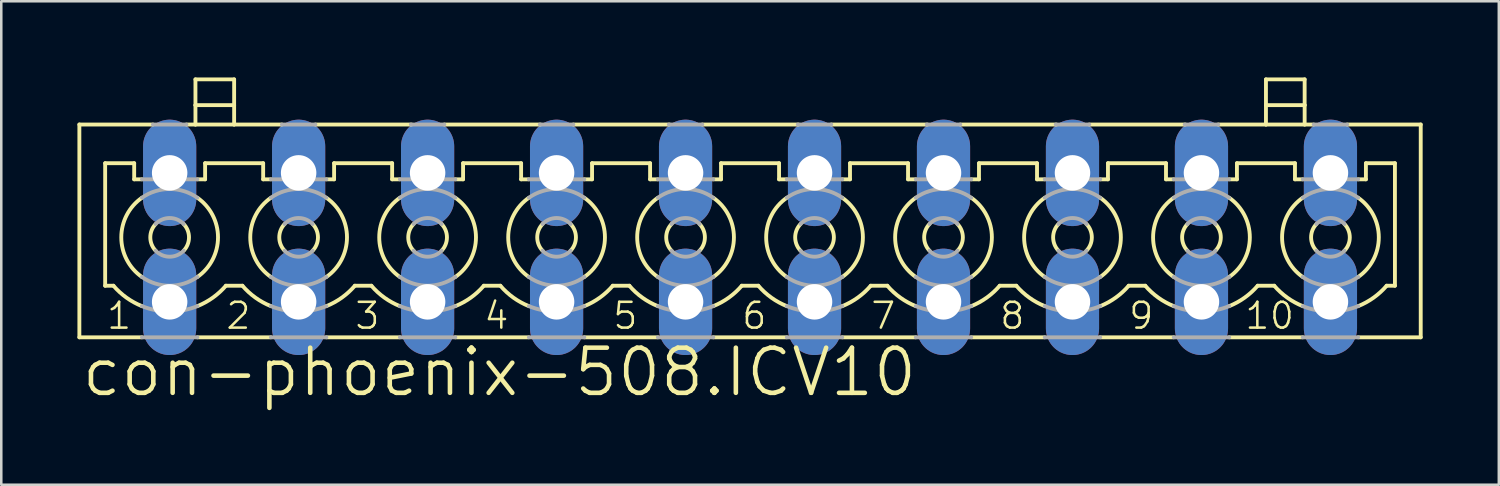
<source format=kicad_pcb>
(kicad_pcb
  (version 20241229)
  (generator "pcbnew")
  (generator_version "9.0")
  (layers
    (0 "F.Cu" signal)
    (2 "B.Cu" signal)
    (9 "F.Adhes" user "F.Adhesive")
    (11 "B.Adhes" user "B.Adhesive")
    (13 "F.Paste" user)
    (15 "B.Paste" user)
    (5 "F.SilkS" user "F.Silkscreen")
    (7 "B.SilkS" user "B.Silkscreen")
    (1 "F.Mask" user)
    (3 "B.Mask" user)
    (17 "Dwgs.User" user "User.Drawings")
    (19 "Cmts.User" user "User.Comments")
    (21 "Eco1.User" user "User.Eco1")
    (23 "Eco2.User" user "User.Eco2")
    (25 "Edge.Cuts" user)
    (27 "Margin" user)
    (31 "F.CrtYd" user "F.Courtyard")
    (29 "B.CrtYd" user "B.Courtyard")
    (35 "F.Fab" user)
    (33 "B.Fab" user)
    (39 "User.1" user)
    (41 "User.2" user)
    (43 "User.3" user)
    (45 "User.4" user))
  (footprint "con-phoenix-508.ICV10"
    (layer "F.Cu")
    (at 26.492 6.299)
    (property "Reference" "con-phoenix-508.ICV10" (at -26.416 6.35 0) (layer "F.SilkS") (effects (font (size 1.778 1.778) (thickness 0.18)) (justify left bottom)))
    (attr through_hole)
    (fp_line (start -26.416 -4.445) (end -26.416 3.937) (stroke (width 0.152) (type default)) (layer "F.SilkS"))
    (fp_line (start -26.416 -4.445) (end -23.52 -4.445) (stroke (width 0.152) (type default)) (layer "F.SilkS"))
    (fp_line (start -26.416 3.937) (end -23.952 3.937) (stroke (width 0.152) (type default)) (layer "F.SilkS"))
    (fp_line (start -25.4 -2.921) (end -25.4 1.905) (stroke (width 0.152) (type default)) (layer "F.SilkS"))
    (fp_line (start -25.4 -2.921) (end -24.257 -2.921) (stroke (width 0.152) (type default)) (layer "F.SilkS"))
    (fp_line (start -25.4 1.905) (end -25.074 1.905) (stroke (width 0.152) (type default)) (layer "F.SilkS"))
    (fp_line (start -24.257 -2.286) (end -24.257 -2.921) (stroke (width 0.152) (type default)) (layer "F.SilkS"))
    (fp_line (start -24.257 -2.286) (end -23.952 -2.286) (stroke (width 0.152) (type default)) (layer "F.SilkS"))
    (fp_line (start -22.2 -4.445) (end -21.844 -4.445) (stroke (width 0.152) (type default)) (layer "F.SilkS"))
    (fp_line (start -21.844 -5.207) (end -21.844 -6.223) (stroke (width 0.152) (type default)) (layer "F.SilkS"))
    (fp_line (start -21.844 -5.207) (end -20.32 -5.207) (stroke (width 0.152) (type default)) (layer "F.SilkS"))
    (fp_line (start -21.844 -4.445) (end -21.844 -5.207) (stroke (width 0.152) (type default)) (layer "F.SilkS"))
    (fp_line (start -21.844 -4.445) (end -20.32 -4.445) (stroke (width 0.152) (type default)) (layer "F.SilkS"))
    (fp_line (start -21.768 -2.286) (end -21.463 -2.286) (stroke (width 0.152) (type default)) (layer "F.SilkS"))
    (fp_line (start -21.768 3.937) (end -18.872 3.937) (stroke (width 0.152) (type default)) (layer "F.SilkS"))
    (fp_line (start -21.463 -2.921) (end -19.177 -2.921) (stroke (width 0.152) (type default)) (layer "F.SilkS"))
    (fp_line (start -21.463 -2.286) (end -21.463 -2.921) (stroke (width 0.152) (type default)) (layer "F.SilkS"))
    (fp_line (start -20.646 1.905) (end -19.994 1.905) (stroke (width 0.152) (type default)) (layer "F.SilkS"))
    (fp_line (start -20.32 -6.223) (end -21.844 -6.223) (stroke (width 0.152) (type default)) (layer "F.SilkS"))
    (fp_line (start -20.32 -5.207) (end -20.32 -6.223) (stroke (width 0.152) (type default)) (layer "F.SilkS"))
    (fp_line (start -20.32 -4.445) (end -20.32 -5.207) (stroke (width 0.152) (type default)) (layer "F.SilkS"))
    (fp_line (start -20.32 -4.445) (end -18.44 -4.445) (stroke (width 0.152) (type default)) (layer "F.SilkS"))
    (fp_line (start -19.177 -2.286) (end -19.177 -2.921) (stroke (width 0.152) (type default)) (layer "F.SilkS"))
    (fp_line (start -19.177 -2.286) (end -18.872 -2.286) (stroke (width 0.152) (type default)) (layer "F.SilkS"))
    (fp_line (start -17.12 -4.445) (end -13.335 -4.445) (stroke (width 0.152) (type default)) (layer "F.SilkS"))
    (fp_line (start -16.688 -2.286) (end -16.383 -2.286) (stroke (width 0.152) (type default)) (layer "F.SilkS"))
    (fp_line (start -16.688 3.937) (end -13.792 3.937) (stroke (width 0.152) (type default)) (layer "F.SilkS"))
    (fp_line (start -16.383 -2.921) (end -14.097 -2.921) (stroke (width 0.152) (type default)) (layer "F.SilkS"))
    (fp_line (start -16.383 -2.286) (end -16.383 -2.921) (stroke (width 0.152) (type default)) (layer "F.SilkS"))
    (fp_line (start -15.566 1.905) (end -14.914 1.905) (stroke (width 0.152) (type default)) (layer "F.SilkS"))
    (fp_line (start -14.097 -2.286) (end -14.097 -2.921) (stroke (width 0.152) (type default)) (layer "F.SilkS"))
    (fp_line (start -14.097 -2.286) (end -13.792 -2.286) (stroke (width 0.152) (type default)) (layer "F.SilkS"))
    (fp_line (start -12.04 -4.445) (end -8.255 -4.445) (stroke (width 0.152) (type default)) (layer "F.SilkS"))
    (fp_line (start -11.608 -2.286) (end -11.303 -2.286) (stroke (width 0.152) (type default)) (layer "F.SilkS"))
    (fp_line (start -11.608 3.937) (end -8.712 3.937) (stroke (width 0.152) (type default)) (layer "F.SilkS"))
    (fp_line (start -11.303 -2.921) (end -9.017 -2.921) (stroke (width 0.152) (type default)) (layer "F.SilkS"))
    (fp_line (start -11.303 -2.286) (end -11.303 -2.921) (stroke (width 0.152) (type default)) (layer "F.SilkS"))
    (fp_line (start -10.486 1.905) (end -9.834 1.905) (stroke (width 0.152) (type default)) (layer "F.SilkS"))
    (fp_line (start -9.017 -2.286) (end -9.017 -2.921) (stroke (width 0.152) (type default)) (layer "F.SilkS"))
    (fp_line (start -9.017 -2.286) (end -8.712 -2.286) (stroke (width 0.152) (type default)) (layer "F.SilkS"))
    (fp_line (start -6.96 -4.445) (end -3.175 -4.445) (stroke (width 0.152) (type default)) (layer "F.SilkS"))
    (fp_line (start -6.528 -2.286) (end -6.223 -2.286) (stroke (width 0.152) (type default)) (layer "F.SilkS"))
    (fp_line (start -6.528 3.937) (end -3.632 3.937) (stroke (width 0.152) (type default)) (layer "F.SilkS"))
    (fp_line (start -6.223 -2.921) (end -3.937 -2.921) (stroke (width 0.152) (type default)) (layer "F.SilkS"))
    (fp_line (start -6.223 -2.286) (end -6.223 -2.921) (stroke (width 0.152) (type default)) (layer "F.SilkS"))
    (fp_line (start -5.406 1.905) (end -4.754 1.905) (stroke (width 0.152) (type default)) (layer "F.SilkS"))
    (fp_line (start -3.937 -2.286) (end -3.937 -2.921) (stroke (width 0.152) (type default)) (layer "F.SilkS"))
    (fp_line (start -3.937 -2.286) (end -3.632 -2.286) (stroke (width 0.152) (type default)) (layer "F.SilkS"))
    (fp_line (start -1.88 -4.445) (end 1.905 -4.445) (stroke (width 0.152) (type default)) (layer "F.SilkS"))
    (fp_line (start -1.448 -2.286) (end -1.143 -2.286) (stroke (width 0.152) (type default)) (layer "F.SilkS"))
    (fp_line (start -1.448 3.937) (end 1.448 3.937) (stroke (width 0.152) (type default)) (layer "F.SilkS"))
    (fp_line (start -1.143 -2.921) (end 1.143 -2.921) (stroke (width 0.152) (type default)) (layer "F.SilkS"))
    (fp_line (start -1.143 -2.286) (end -1.143 -2.921) (stroke (width 0.152) (type default)) (layer "F.SilkS"))
    (fp_line (start -0.326 1.905) (end 0.326 1.905) (stroke (width 0.152) (type default)) (layer "F.SilkS"))
    (fp_line (start 1.143 -2.286) (end 1.143 -2.921) (stroke (width 0.152) (type default)) (layer "F.SilkS"))
    (fp_line (start 1.143 -2.286) (end 1.448 -2.286) (stroke (width 0.152) (type default)) (layer "F.SilkS"))
    (fp_line (start 3.2 -4.445) (end 6.985 -4.445) (stroke (width 0.152) (type default)) (layer "F.SilkS"))
    (fp_line (start 3.632 -2.286) (end 3.937 -2.286) (stroke (width 0.152) (type default)) (layer "F.SilkS"))
    (fp_line (start 3.632 3.937) (end 6.528 3.937) (stroke (width 0.152) (type default)) (layer "F.SilkS"))
    (fp_line (start 3.937 -2.921) (end 6.223 -2.921) (stroke (width 0.152) (type default)) (layer "F.SilkS"))
    (fp_line (start 3.937 -2.286) (end 3.937 -2.921) (stroke (width 0.152) (type default)) (layer "F.SilkS"))
    (fp_line (start 4.754 1.905) (end 5.406 1.905) (stroke (width 0.152) (type default)) (layer "F.SilkS"))
    (fp_line (start 6.223 -2.286) (end 6.223 -2.921) (stroke (width 0.152) (type default)) (layer "F.SilkS"))
    (fp_line (start 6.223 -2.286) (end 6.528 -2.286) (stroke (width 0.152) (type default)) (layer "F.SilkS"))
    (fp_line (start 8.28 -4.445) (end 12.065 -4.445) (stroke (width 0.152) (type default)) (layer "F.SilkS"))
    (fp_line (start 8.712 -2.286) (end 9.017 -2.286) (stroke (width 0.152) (type default)) (layer "F.SilkS"))
    (fp_line (start 8.712 3.937) (end 11.608 3.937) (stroke (width 0.152) (type default)) (layer "F.SilkS"))
    (fp_line (start 9.017 -2.921) (end 11.303 -2.921) (stroke (width 0.152) (type default)) (layer "F.SilkS"))
    (fp_line (start 9.017 -2.286) (end 9.017 -2.921) (stroke (width 0.152) (type default)) (layer "F.SilkS"))
    (fp_line (start 9.834 1.905) (end 10.486 1.905) (stroke (width 0.152) (type default)) (layer "F.SilkS"))
    (fp_line (start 11.303 -2.286) (end 11.303 -2.921) (stroke (width 0.152) (type default)) (layer "F.SilkS"))
    (fp_line (start 11.303 -2.286) (end 11.608 -2.286) (stroke (width 0.152) (type default)) (layer "F.SilkS"))
    (fp_line (start 13.36 -4.445) (end 17.145 -4.445) (stroke (width 0.152) (type default)) (layer "F.SilkS"))
    (fp_line (start 13.792 -2.286) (end 14.097 -2.286) (stroke (width 0.152) (type default)) (layer "F.SilkS"))
    (fp_line (start 13.792 3.937) (end 16.688 3.937) (stroke (width 0.152) (type default)) (layer "F.SilkS"))
    (fp_line (start 14.097 -2.921) (end 16.383 -2.921) (stroke (width 0.152) (type default)) (layer "F.SilkS"))
    (fp_line (start 14.097 -2.286) (end 14.097 -2.921) (stroke (width 0.152) (type default)) (layer "F.SilkS"))
    (fp_line (start 14.914 1.905) (end 15.566 1.905) (stroke (width 0.152) (type default)) (layer "F.SilkS"))
    (fp_line (start 16.383 -2.286) (end 16.383 -2.921) (stroke (width 0.152) (type default)) (layer "F.SilkS"))
    (fp_line (start 16.383 -2.286) (end 16.688 -2.286) (stroke (width 0.152) (type default)) (layer "F.SilkS"))
    (fp_line (start 18.44 -4.445) (end 20.32 -4.445) (stroke (width 0.152) (type default)) (layer "F.SilkS"))
    (fp_line (start 18.872 -2.286) (end 19.177 -2.286) (stroke (width 0.152) (type default)) (layer "F.SilkS"))
    (fp_line (start 18.872 3.937) (end 21.768 3.937) (stroke (width 0.152) (type default)) (layer "F.SilkS"))
    (fp_line (start 19.177 -2.921) (end 21.463 -2.921) (stroke (width 0.152) (type default)) (layer "F.SilkS"))
    (fp_line (start 19.177 -2.286) (end 19.177 -2.921) (stroke (width 0.152) (type default)) (layer "F.SilkS"))
    (fp_line (start 19.994 1.905) (end 20.646 1.905) (stroke (width 0.152) (type default)) (layer "F.SilkS"))
    (fp_line (start 20.32 -5.207) (end 20.32 -6.223) (stroke (width 0.152) (type default)) (layer "F.SilkS"))
    (fp_line (start 20.32 -5.207) (end 21.844 -5.207) (stroke (width 0.152) (type default)) (layer "F.SilkS"))
    (fp_line (start 20.32 -4.445) (end 20.32 -5.207) (stroke (width 0.152) (type default)) (layer "F.SilkS"))
    (fp_line (start 20.32 -4.445) (end 21.844 -4.445) (stroke (width 0.152) (type default)) (layer "F.SilkS"))
    (fp_line (start 21.463 -2.286) (end 21.463 -2.921) (stroke (width 0.152) (type default)) (layer "F.SilkS"))
    (fp_line (start 21.463 -2.286) (end 21.768 -2.286) (stroke (width 0.152) (type default)) (layer "F.SilkS"))
    (fp_line (start 21.844 -6.223) (end 20.32 -6.223) (stroke (width 0.152) (type default)) (layer "F.SilkS"))
    (fp_line (start 21.844 -5.207) (end 21.844 -6.223) (stroke (width 0.152) (type default)) (layer "F.SilkS"))
    (fp_line (start 21.844 -4.445) (end 21.844 -5.207) (stroke (width 0.152) (type default)) (layer "F.SilkS"))
    (fp_line (start 21.844 -4.445) (end 22.2 -4.445) (stroke (width 0.152) (type default)) (layer "F.SilkS"))
    (fp_line (start 23.52 -4.445) (end 26.416 -4.445) (stroke (width 0.152) (type default)) (layer "F.SilkS"))
    (fp_line (start 23.952 -2.286) (end 24.257 -2.286) (stroke (width 0.152) (type default)) (layer "F.SilkS"))
    (fp_line (start 23.952 3.937) (end 26.416 3.937) (stroke (width 0.152) (type default)) (layer "F.SilkS"))
    (fp_line (start 24.257 -2.921) (end 25.4 -2.921) (stroke (width 0.152) (type default)) (layer "F.SilkS"))
    (fp_line (start 24.257 -2.286) (end 24.257 -2.921) (stroke (width 0.152) (type default)) (layer "F.SilkS"))
    (fp_line (start 25.074 1.905) (end 25.4 1.905) (stroke (width 0.152) (type default)) (layer "F.SilkS"))
    (fp_line (start 25.4 1.905) (end 25.4 -2.921) (stroke (width 0.152) (type default)) (layer "F.SilkS"))
    (fp_line (start 26.416 -4.445) (end 26.416 3.937) (stroke (width 0.152) (type default)) (layer "F.SilkS"))
    (fp_arc (start -23.9522 1.5608) (mid -24.764993 0) (end -23.9522 -1.5608) (stroke (width 0.1524) (type default)) (layer "F.SilkS"))
    (fp_arc (start -23.9518 2.7092) (mid -24.561094 2.374351) (end -25.074 1.905) (stroke (width 0.1524) (type default)) (layer "F.SilkS"))
    (fp_arc (start -23.4114 0.526) (mid -23.622049 0) (end -23.4114 -0.526) (stroke (width 0.1524) (type default)) (layer "F.SilkS"))
    (fp_arc (start -22.3086 -0.526) (mid -22.097951 0) (end -22.3086 0.526) (stroke (width 0.1524) (type default)) (layer "F.SilkS"))
    (fp_arc (start -21.7678 -1.5608) (mid -20.955007 0) (end -21.7678 1.5608) (stroke (width 0.1524) (type default)) (layer "F.SilkS"))
    (fp_arc (start -20.6455 1.9051) (mid -21.158459 2.374412) (end -21.7678 2.7092) (stroke (width 0.1524) (type default)) (layer "F.SilkS"))
    (fp_arc (start -18.8722 1.5608) (mid -19.684993 0) (end -18.8722 -1.5608) (stroke (width 0.1524) (type default)) (layer "F.SilkS"))
    (fp_arc (start -18.8718 2.7092) (mid -19.481094 2.374351) (end -19.994 1.905) (stroke (width 0.1524) (type default)) (layer "F.SilkS"))
    (fp_arc (start -18.3314 0.526) (mid -18.542049 0) (end -18.3314 -0.526) (stroke (width 0.1524) (type default)) (layer "F.SilkS"))
    (fp_arc (start -17.2286 -0.526) (mid -17.017951 0) (end -17.2286 0.526) (stroke (width 0.1524) (type default)) (layer "F.SilkS"))
    (fp_arc (start -16.6878 -1.5608) (mid -15.875007 0) (end -16.6878 1.5608) (stroke (width 0.1524) (type default)) (layer "F.SilkS"))
    (fp_arc (start -15.5655 1.9051) (mid -16.078459 2.374412) (end -16.6878 2.7092) (stroke (width 0.1524) (type default)) (layer "F.SilkS"))
    (fp_arc (start -13.7922 1.5608) (mid -14.604993 0) (end -13.7922 -1.5608) (stroke (width 0.1524) (type default)) (layer "F.SilkS"))
    (fp_arc (start -13.7918 2.7092) (mid -14.401094 2.374351) (end -14.914 1.905) (stroke (width 0.1524) (type default)) (layer "F.SilkS"))
    (fp_arc (start -13.2514 0.526) (mid -13.462049 0) (end -13.2514 -0.526) (stroke (width 0.1524) (type default)) (layer "F.SilkS"))
    (fp_arc (start -12.1486 -0.526) (mid -11.937951 0) (end -12.1486 0.526) (stroke (width 0.1524) (type default)) (layer "F.SilkS"))
    (fp_arc (start -11.6078 -1.5608) (mid -10.795007 0) (end -11.6078 1.5608) (stroke (width 0.1524) (type default)) (layer "F.SilkS"))
    (fp_arc (start -10.4855 1.9051) (mid -10.998459 2.374412) (end -11.6078 2.7092) (stroke (width 0.1524) (type default)) (layer "F.SilkS"))
    (fp_arc (start -8.7122 1.5608) (mid -9.524993 0) (end -8.7122 -1.5608) (stroke (width 0.1524) (type default)) (layer "F.SilkS"))
    (fp_arc (start -8.7118 2.7092) (mid -9.321094 2.374351) (end -9.834 1.905) (stroke (width 0.1524) (type default)) (layer "F.SilkS"))
    (fp_arc (start -8.1714 0.526) (mid -8.382049 0) (end -8.1714 -0.526) (stroke (width 0.1524) (type default)) (layer "F.SilkS"))
    (fp_arc (start -7.0686 -0.526) (mid -6.857951 0) (end -7.0686 0.526) (stroke (width 0.1524) (type default)) (layer "F.SilkS"))
    (fp_arc (start -6.5278 -1.5608) (mid -5.715007 0) (end -6.5278 1.5608) (stroke (width 0.1524) (type default)) (layer "F.SilkS"))
    (fp_arc (start -5.4055 1.9051) (mid -5.918459 2.374412) (end -6.5278 2.7092) (stroke (width 0.1524) (type default)) (layer "F.SilkS"))
    (fp_arc (start -3.6322 1.5608) (mid -4.444993 0) (end -3.6322 -1.5608) (stroke (width 0.1524) (type default)) (layer "F.SilkS"))
    (fp_arc (start -3.6318 2.7092) (mid -4.241094 2.374351) (end -4.754 1.905) (stroke (width 0.1524) (type default)) (layer "F.SilkS"))
    (fp_arc (start -3.0914 0.526) (mid -3.302049 0) (end -3.0914 -0.526) (stroke (width 0.1524) (type default)) (layer "F.SilkS"))
    (fp_arc (start -1.9886 -0.526) (mid -1.777951 0) (end -1.9886 0.526) (stroke (width 0.1524) (type default)) (layer "F.SilkS"))
    (fp_arc (start -1.4478 -1.5608) (mid -0.635007 0) (end -1.4478 1.5608) (stroke (width 0.1524) (type default)) (layer "F.SilkS"))
    (fp_arc (start -0.3255 1.9051) (mid -0.838459 2.374412) (end -1.4478 2.7092) (stroke (width 0.1524) (type default)) (layer "F.SilkS"))
    (fp_arc (start 1.4478 1.5608) (mid 0.635007 0) (end 1.4478 -1.5608) (stroke (width 0.1524) (type default)) (layer "F.SilkS"))
    (fp_arc (start 1.4482 2.709) (mid 0.838916 2.374254) (end 0.326 1.905) (stroke (width 0.1524) (type default)) (layer "F.SilkS"))
    (fp_arc (start 1.9886 0.526) (mid 1.777951 0) (end 1.9886 -0.526) (stroke (width 0.1524) (type default)) (layer "F.SilkS"))
    (fp_arc (start 3.0914 -0.526) (mid 3.302049 0) (end 3.0914 0.526) (stroke (width 0.1524) (type default)) (layer "F.SilkS"))
    (fp_arc (start 3.6322 -1.5608) (mid 4.444993 0) (end 3.6322 1.5608) (stroke (width 0.1524) (type default)) (layer "F.SilkS"))
    (fp_arc (start 4.754 1.905) (mid 4.241094 2.374351) (end 3.6318 2.7092) (stroke (width 0.1524) (type default)) (layer "F.SilkS"))
    (fp_arc (start 6.5278 1.5608) (mid 5.715007 0) (end 6.5278 -1.5608) (stroke (width 0.1524) (type default)) (layer "F.SilkS"))
    (fp_arc (start 6.5282 2.709) (mid 5.918916 2.374254) (end 5.406 1.905) (stroke (width 0.1524) (type default)) (layer "F.SilkS"))
    (fp_arc (start 7.0686 0.526) (mid 6.857951 0) (end 7.0686 -0.526) (stroke (width 0.1524) (type default)) (layer "F.SilkS"))
    (fp_arc (start 8.1714 -0.526) (mid 8.382049 0) (end 8.1714 0.526) (stroke (width 0.1524) (type default)) (layer "F.SilkS"))
    (fp_arc (start 8.7122 -1.5608) (mid 9.524993 0) (end 8.7122 1.5608) (stroke (width 0.1524) (type default)) (layer "F.SilkS"))
    (fp_arc (start 9.834 1.905) (mid 9.321094 2.374351) (end 8.7118 2.7092) (stroke (width 0.1524) (type default)) (layer "F.SilkS"))
    (fp_arc (start 11.6078 1.5608) (mid 10.795007 0) (end 11.6078 -1.5608) (stroke (width 0.1524) (type default)) (layer "F.SilkS"))
    (fp_arc (start 11.6082 2.709) (mid 10.998916 2.374254) (end 10.486 1.905) (stroke (width 0.1524) (type default)) (layer "F.SilkS"))
    (fp_arc (start 12.1486 0.526) (mid 11.937951 0) (end 12.1486 -0.526) (stroke (width 0.1524) (type default)) (layer "F.SilkS"))
    (fp_arc (start 13.2514 -0.526) (mid 13.462049 0) (end 13.2514 0.526) (stroke (width 0.1524) (type default)) (layer "F.SilkS"))
    (fp_arc (start 13.7922 -1.5608) (mid 14.604993 0) (end 13.7922 1.5608) (stroke (width 0.1524) (type default)) (layer "F.SilkS"))
    (fp_arc (start 14.914 1.905) (mid 14.401094 2.374351) (end 13.7918 2.7092) (stroke (width 0.1524) (type default)) (layer "F.SilkS"))
    (fp_arc (start 16.6878 1.5608) (mid 15.875007 0) (end 16.6878 -1.5608) (stroke (width 0.1524) (type default)) (layer "F.SilkS"))
    (fp_arc (start 16.6882 2.709) (mid 16.078916 2.374254) (end 15.566 1.905) (stroke (width 0.1524) (type default)) (layer "F.SilkS"))
    (fp_arc (start 17.2286 0.526) (mid 17.017951 0) (end 17.2286 -0.526) (stroke (width 0.1524) (type default)) (layer "F.SilkS"))
    (fp_arc (start 18.3314 -0.526) (mid 18.542049 0) (end 18.3314 0.526) (stroke (width 0.1524) (type default)) (layer "F.SilkS"))
    (fp_arc (start 18.8722 -1.5608) (mid 19.684993 0) (end 18.8722 1.5608) (stroke (width 0.1524) (type default)) (layer "F.SilkS"))
    (fp_arc (start 19.994 1.905) (mid 19.481094 2.374351) (end 18.8718 2.7092) (stroke (width 0.1524) (type default)) (layer "F.SilkS"))
    (fp_arc (start 21.7678 1.5608) (mid 20.955007 0) (end 21.7678 -1.5608) (stroke (width 0.1524) (type default)) (layer "F.SilkS"))
    (fp_arc (start 21.7682 2.709) (mid 21.158916 2.374254) (end 20.646 1.905) (stroke (width 0.1524) (type default)) (layer "F.SilkS"))
    (fp_arc (start 22.3086 0.526) (mid 22.097951 0) (end 22.3086 -0.526) (stroke (width 0.1524) (type default)) (layer "F.SilkS"))
    (fp_arc (start 23.4114 -0.526) (mid 23.622049 0) (end 23.4114 0.526) (stroke (width 0.1524) (type default)) (layer "F.SilkS"))
    (fp_arc (start 23.9522 -1.5608) (mid 24.764993 0) (end 23.9522 1.5608) (stroke (width 0.1524) (type default)) (layer "F.SilkS"))
    (fp_arc (start 25.074 1.905) (mid 24.561094 2.374351) (end 23.9518 2.7092) (stroke (width 0.1524) (type default)) (layer "F.SilkS"))
    (fp_line (start -23.952 -2.286) (end -21.768 -2.286) (stroke (width 0.152) (type default)) (layer "F.Fab"))
    (fp_line (start -23.952 3.937) (end -21.768 3.937) (stroke (width 0.152) (type default)) (layer "F.Fab"))
    (fp_line (start -23.52 -4.445) (end -22.2 -4.445) (stroke (width 0.152) (type default)) (layer "F.Fab"))
    (fp_line (start -18.872 -2.286) (end -16.688 -2.286) (stroke (width 0.152) (type default)) (layer "F.Fab"))
    (fp_line (start -18.872 3.937) (end -16.688 3.937) (stroke (width 0.152) (type default)) (layer "F.Fab"))
    (fp_line (start -18.44 -4.445) (end -17.12 -4.445) (stroke (width 0.152) (type default)) (layer "F.Fab"))
    (fp_line (start -13.792 -2.286) (end -11.608 -2.286) (stroke (width 0.152) (type default)) (layer "F.Fab"))
    (fp_line (start -13.792 3.937) (end -11.608 3.937) (stroke (width 0.152) (type default)) (layer "F.Fab"))
    (fp_line (start -13.36 -4.445) (end -12.04 -4.445) (stroke (width 0.152) (type default)) (layer "F.Fab"))
    (fp_line (start -8.712 -2.286) (end -6.528 -2.286) (stroke (width 0.152) (type default)) (layer "F.Fab"))
    (fp_line (start -8.712 3.937) (end -6.528 3.937) (stroke (width 0.152) (type default)) (layer "F.Fab"))
    (fp_line (start -8.28 -4.445) (end -6.96 -4.445) (stroke (width 0.152) (type default)) (layer "F.Fab"))
    (fp_line (start -3.632 -2.286) (end -1.448 -2.286) (stroke (width 0.152) (type default)) (layer "F.Fab"))
    (fp_line (start -3.632 3.937) (end -1.448 3.937) (stroke (width 0.152) (type default)) (layer "F.Fab"))
    (fp_line (start -3.2 -4.445) (end -1.88 -4.445) (stroke (width 0.152) (type default)) (layer "F.Fab"))
    (fp_line (start 1.448 -2.286) (end 3.632 -2.286) (stroke (width 0.152) (type default)) (layer "F.Fab"))
    (fp_line (start 1.448 3.937) (end 3.632 3.937) (stroke (width 0.152) (type default)) (layer "F.Fab"))
    (fp_line (start 1.88 -4.445) (end 3.2 -4.445) (stroke (width 0.152) (type default)) (layer "F.Fab"))
    (fp_line (start 6.528 -2.286) (end 8.712 -2.286) (stroke (width 0.152) (type default)) (layer "F.Fab"))
    (fp_line (start 6.528 3.937) (end 8.712 3.937) (stroke (width 0.152) (type default)) (layer "F.Fab"))
    (fp_line (start 6.96 -4.445) (end 8.28 -4.445) (stroke (width 0.152) (type default)) (layer "F.Fab"))
    (fp_line (start 11.608 -2.286) (end 13.792 -2.286) (stroke (width 0.152) (type default)) (layer "F.Fab"))
    (fp_line (start 11.608 3.937) (end 13.792 3.937) (stroke (width 0.152) (type default)) (layer "F.Fab"))
    (fp_line (start 12.04 -4.445) (end 13.36 -4.445) (stroke (width 0.152) (type default)) (layer "F.Fab"))
    (fp_line (start 16.688 -2.286) (end 18.872 -2.286) (stroke (width 0.152) (type default)) (layer "F.Fab"))
    (fp_line (start 16.688 3.937) (end 18.872 3.937) (stroke (width 0.152) (type default)) (layer "F.Fab"))
    (fp_line (start 17.12 -4.445) (end 18.44 -4.445) (stroke (width 0.152) (type default)) (layer "F.Fab"))
    (fp_line (start 21.768 -2.286) (end 23.952 -2.286) (stroke (width 0.152) (type default)) (layer "F.Fab"))
    (fp_line (start 21.768 3.937) (end 23.952 3.937) (stroke (width 0.152) (type default)) (layer "F.Fab"))
    (fp_line (start 22.2 -4.445) (end 23.52 -4.445) (stroke (width 0.152) (type default)) (layer "F.Fab"))
    (fp_arc (start -23.9522 -1.5608) (mid -22.86 -1.904993) (end -21.7678 -1.5608) (stroke (width 0.1524) (type default)) (layer "F.Fab"))
    (fp_arc (start -23.4114 -0.526) (mid -22.86 -0.762049) (end -22.3086 -0.526) (stroke (width 0.1524) (type default)) (layer "F.Fab"))
    (fp_arc (start -22.3086 0.526) (mid -22.86 0.762049) (end -23.4114 0.526) (stroke (width 0.1524) (type default)) (layer "F.Fab"))
    (fp_arc (start -21.7678 1.5608) (mid -22.86 1.904993) (end -23.9522 1.5608) (stroke (width 0.1524) (type default)) (layer "F.Fab"))
    (fp_arc (start -21.7678 2.7092) (mid -22.86 2.921073) (end -23.9522 2.7092) (stroke (width 0.1524) (type default)) (layer "F.Fab"))
    (fp_arc (start -18.8722 -1.5608) (mid -17.78 -1.904993) (end -16.6878 -1.5608) (stroke (width 0.1524) (type default)) (layer "F.Fab"))
    (fp_arc (start -18.3314 -0.526) (mid -17.78 -0.762049) (end -17.2286 -0.526) (stroke (width 0.1524) (type default)) (layer "F.Fab"))
    (fp_arc (start -17.2286 0.526) (mid -17.78 0.762049) (end -18.3314 0.526) (stroke (width 0.1524) (type default)) (layer "F.Fab"))
    (fp_arc (start -16.6878 1.5608) (mid -17.78 1.904993) (end -18.8722 1.5608) (stroke (width 0.1524) (type default)) (layer "F.Fab"))
    (fp_arc (start -16.6878 2.7092) (mid -17.78 2.921073) (end -18.8722 2.7092) (stroke (width 0.1524) (type default)) (layer "F.Fab"))
    (fp_arc (start -13.7922 -1.5608) (mid -12.7 -1.904993) (end -11.6078 -1.5608) (stroke (width 0.1524) (type default)) (layer "F.Fab"))
    (fp_arc (start -13.2514 -0.526) (mid -12.7 -0.762049) (end -12.1486 -0.526) (stroke (width 0.1524) (type default)) (layer "F.Fab"))
    (fp_arc (start -12.1486 0.526) (mid -12.7 0.762049) (end -13.2514 0.526) (stroke (width 0.1524) (type default)) (layer "F.Fab"))
    (fp_arc (start -11.6078 1.5608) (mid -12.7 1.904993) (end -13.7922 1.5608) (stroke (width 0.1524) (type default)) (layer "F.Fab"))
    (fp_arc (start -11.6078 2.7092) (mid -12.7 2.921073) (end -13.7922 2.7092) (stroke (width 0.1524) (type default)) (layer "F.Fab"))
    (fp_arc (start -8.7122 -1.5608) (mid -7.62 -1.904993) (end -6.5278 -1.5608) (stroke (width 0.1524) (type default)) (layer "F.Fab"))
    (fp_arc (start -8.1714 -0.526) (mid -7.62 -0.762049) (end -7.0686 -0.526) (stroke (width 0.1524) (type default)) (layer "F.Fab"))
    (fp_arc (start -7.0686 0.526) (mid -7.62 0.762049) (end -8.1714 0.526) (stroke (width 0.1524) (type default)) (layer "F.Fab"))
    (fp_arc (start -6.5278 1.5608) (mid -7.62 1.904993) (end -8.7122 1.5608) (stroke (width 0.1524) (type default)) (layer "F.Fab"))
    (fp_arc (start -6.5278 2.7092) (mid -7.62 2.921073) (end -8.7122 2.7092) (stroke (width 0.1524) (type default)) (layer "F.Fab"))
    (fp_arc (start -3.6322 -1.5608) (mid -2.54 -1.904993) (end -1.4478 -1.5608) (stroke (width 0.1524) (type default)) (layer "F.Fab"))
    (fp_arc (start -3.0914 -0.526) (mid -2.54 -0.762049) (end -1.9886 -0.526) (stroke (width 0.1524) (type default)) (layer "F.Fab"))
    (fp_arc (start -1.9886 0.526) (mid -2.54 0.762049) (end -3.0914 0.526) (stroke (width 0.1524) (type default)) (layer "F.Fab"))
    (fp_arc (start -1.4478 1.5608) (mid -2.54 1.904993) (end -3.6322 1.5608) (stroke (width 0.1524) (type default)) (layer "F.Fab"))
    (fp_arc (start -1.4478 2.7092) (mid -2.54 2.921073) (end -3.6322 2.7092) (stroke (width 0.1524) (type default)) (layer "F.Fab"))
    (fp_arc (start 1.4478 -1.5608) (mid 2.54 -1.904993) (end 3.6322 -1.5608) (stroke (width 0.1524) (type default)) (layer "F.Fab"))
    (fp_arc (start 1.9886 -0.526) (mid 2.54 -0.762049) (end 3.0914 -0.526) (stroke (width 0.1524) (type default)) (layer "F.Fab"))
    (fp_arc (start 3.0914 0.526) (mid 2.54 0.762049) (end 1.9886 0.526) (stroke (width 0.1524) (type default)) (layer "F.Fab"))
    (fp_arc (start 3.6322 1.5608) (mid 2.54 1.904993) (end 1.4478 1.5608) (stroke (width 0.1524) (type default)) (layer "F.Fab"))
    (fp_arc (start 3.6322 2.7092) (mid 2.54 2.921073) (end 1.4478 2.7092) (stroke (width 0.1524) (type default)) (layer "F.Fab"))
    (fp_arc (start 6.5278 -1.5608) (mid 7.62 -1.904993) (end 8.7122 -1.5608) (stroke (width 0.1524) (type default)) (layer "F.Fab"))
    (fp_arc (start 7.0686 -0.526) (mid 7.62 -0.762049) (end 8.1714 -0.526) (stroke (width 0.1524) (type default)) (layer "F.Fab"))
    (fp_arc (start 8.1714 0.526) (mid 7.62 0.762049) (end 7.0686 0.526) (stroke (width 0.1524) (type default)) (layer "F.Fab"))
    (fp_arc (start 8.7122 1.5608) (mid 7.62 1.904993) (end 6.5278 1.5608) (stroke (width 0.1524) (type default)) (layer "F.Fab"))
    (fp_arc (start 8.7122 2.7092) (mid 7.62 2.921073) (end 6.5278 2.7092) (stroke (width 0.1524) (type default)) (layer "F.Fab"))
    (fp_arc (start 11.6078 -1.5608) (mid 12.7 -1.904993) (end 13.7922 -1.5608) (stroke (width 0.1524) (type default)) (layer "F.Fab"))
    (fp_arc (start 12.1486 -0.526) (mid 12.7 -0.762049) (end 13.2514 -0.526) (stroke (width 0.1524) (type default)) (layer "F.Fab"))
    (fp_arc (start 13.2514 0.526) (mid 12.7 0.762049) (end 12.1486 0.526) (stroke (width 0.1524) (type default)) (layer "F.Fab"))
    (fp_arc (start 13.7922 1.5608) (mid 12.7 1.904993) (end 11.6078 1.5608) (stroke (width 0.1524) (type default)) (layer "F.Fab"))
    (fp_arc (start 13.7922 2.7092) (mid 12.7 2.921073) (end 11.6078 2.7092) (stroke (width 0.1524) (type default)) (layer "F.Fab"))
    (fp_arc (start 16.6878 -1.5608) (mid 17.78 -1.904993) (end 18.8722 -1.5608) (stroke (width 0.1524) (type default)) (layer "F.Fab"))
    (fp_arc (start 17.2286 -0.526) (mid 17.78 -0.762049) (end 18.3314 -0.526) (stroke (width 0.1524) (type default)) (layer "F.Fab"))
    (fp_arc (start 18.3314 0.526) (mid 17.78 0.762049) (end 17.2286 0.526) (stroke (width 0.1524) (type default)) (layer "F.Fab"))
    (fp_arc (start 18.8722 1.5608) (mid 17.78 1.904993) (end 16.6878 1.5608) (stroke (width 0.1524) (type default)) (layer "F.Fab"))
    (fp_arc (start 18.8722 2.7092) (mid 17.78 2.921073) (end 16.6878 2.7092) (stroke (width 0.1524) (type default)) (layer "F.Fab"))
    (fp_arc (start 21.7678 -1.5608) (mid 22.86 -1.904993) (end 23.9522 -1.5608) (stroke (width 0.1524) (type default)) (layer "F.Fab"))
    (fp_arc (start 22.3086 -0.526) (mid 22.86 -0.762049) (end 23.4114 -0.526) (stroke (width 0.1524) (type default)) (layer "F.Fab"))
    (fp_arc (start 23.4114 0.526) (mid 22.86 0.762049) (end 22.3086 0.526) (stroke (width 0.1524) (type default)) (layer "F.Fab"))
    (fp_arc (start 23.9522 1.5608) (mid 22.86 1.904993) (end 21.7678 1.5608) (stroke (width 0.1524) (type default)) (layer "F.Fab"))
    (fp_arc (start 23.9522 2.7092) (mid 22.86 2.921073) (end 21.7678 2.7092) (stroke (width 0.1524) (type default)) (layer "F.Fab"))
    (fp_text user "10" (at 19.431 3.683 0) (layer "F.SilkS") (effects (font (size 1.016 1.016) (thickness 0.1)) (justify left bottom)))
    (fp_text user "8" (at 9.779 3.683 0) (layer "F.SilkS") (effects (font (size 1.016 1.016) (thickness 0.1)) (justify left bottom)))
    (fp_text user "2" (at -20.701 3.683 0) (layer "F.SilkS") (effects (font (size 1.016 1.016) (thickness 0.1)) (justify left bottom)))
    (fp_text user "3" (at -15.621 3.683 0) (layer "F.SilkS") (effects (font (size 1.016 1.016) (thickness 0.1)) (justify left bottom)))
    (fp_text user "5" (at -5.461 3.683 0) (layer "F.SilkS") (effects (font (size 1.016 1.016) (thickness 0.1)) (justify left bottom)))
    (fp_text user "7" (at 4.699 3.683 0) (layer "F.SilkS") (effects (font (size 1.016 1.016) (thickness 0.1)) (justify left bottom)))
    (fp_text user "9" (at 14.859 3.683 0) (layer "F.SilkS") (effects (font (size 1.016 1.016) (thickness 0.1)) (justify left bottom)))
    (fp_text user "4" (at -10.541 3.683 0) (layer "F.SilkS") (effects (font (size 1.016 1.016) (thickness 0.1)) (justify left bottom)))
    (fp_text user "6" (at -0.381 3.683 0) (layer "F.SilkS") (effects (font (size 1.016 1.016) (thickness 0.1)) (justify left bottom)))
    (fp_text user "1" (at -25.4 3.683 0) (layer "F.SilkS") (effects (font (size 1.016 1.016) (thickness 0.1)) (justify left bottom)))
    (pad "1" thru_hole oval (at -22.86 -2.54 90) (size 4.191 2.095) (drill 1.397) (layers "*.Cu" "*.Mask"))
    (pad "1A" thru_hole oval (at -22.86 2.54 90) (size 4.191 2.095) (drill 1.397) (layers "*.Cu" "*.Mask"))
    (pad "2" thru_hole oval (at -17.78 -2.54 90) (size 4.191 2.095) (drill 1.397) (layers "*.Cu" "*.Mask"))
    (pad "2A" thru_hole oval (at -17.78 2.54 90) (size 4.191 2.095) (drill 1.397) (layers "*.Cu" "*.Mask"))
    (pad "3" thru_hole oval (at -12.7 -2.54 90) (size 4.191 2.095) (drill 1.397) (layers "*.Cu" "*.Mask"))
    (pad "3A" thru_hole oval (at -12.7 2.54 90) (size 4.191 2.095) (drill 1.397) (layers "*.Cu" "*.Mask"))
    (pad "4" thru_hole oval (at -7.62 -2.54 90) (size 4.191 2.095) (drill 1.397) (layers "*.Cu" "*.Mask"))
    (pad "4A" thru_hole oval (at -7.62 2.54 90) (size 4.191 2.095) (drill 1.397) (layers "*.Cu" "*.Mask"))
    (pad "5" thru_hole oval (at -2.54 -2.54 90) (size 4.191 2.095) (drill 1.397) (layers "*.Cu" "*.Mask"))
    (pad "5A" thru_hole oval (at -2.54 2.54 90) (size 4.191 2.095) (drill 1.397) (layers "*.Cu" "*.Mask"))
    (pad "6" thru_hole oval (at 2.54 -2.54 90) (size 4.191 2.095) (drill 1.397) (layers "*.Cu" "*.Mask"))
    (pad "6A" thru_hole oval (at 2.54 2.54 90) (size 4.191 2.095) (drill 1.397) (layers "*.Cu" "*.Mask"))
    (pad "7" thru_hole oval (at 7.62 -2.54 90) (size 4.191 2.095) (drill 1.397) (layers "*.Cu" "*.Mask"))
    (pad "7A" thru_hole oval (at 7.62 2.54 90) (size 4.191 2.095) (drill 1.397) (layers "*.Cu" "*.Mask"))
    (pad "8" thru_hole oval (at 12.7 -2.54 90) (size 4.191 2.095) (drill 1.397) (layers "*.Cu" "*.Mask"))
    (pad "8A" thru_hole oval (at 12.7 2.54 90) (size 4.191 2.095) (drill 1.397) (layers "*.Cu" "*.Mask"))
    (pad "9" thru_hole oval (at 17.78 -2.54 90) (size 4.191 2.095) (drill 1.397) (layers "*.Cu" "*.Mask"))
    (pad "9A" thru_hole oval (at 17.78 2.54 90) (size 4.191 2.095) (drill 1.397) (layers "*.Cu" "*.Mask"))
    (pad "10" thru_hole oval (at 22.86 -2.54 90) (size 4.191 2.095) (drill 1.397) (layers "*.Cu" "*.Mask"))
    (pad "10A" thru_hole oval (at 22.86 2.54 90) (size 4.191 2.095) (drill 1.397) (layers "*.Cu" "*.Mask")))
  (gr_rect
    (start -3 -3)
    (end 55.984 16.043)
    (stroke (width 0.1) (type default))
    (fill no)
    (layer "Edge.Cuts")))
</source>
